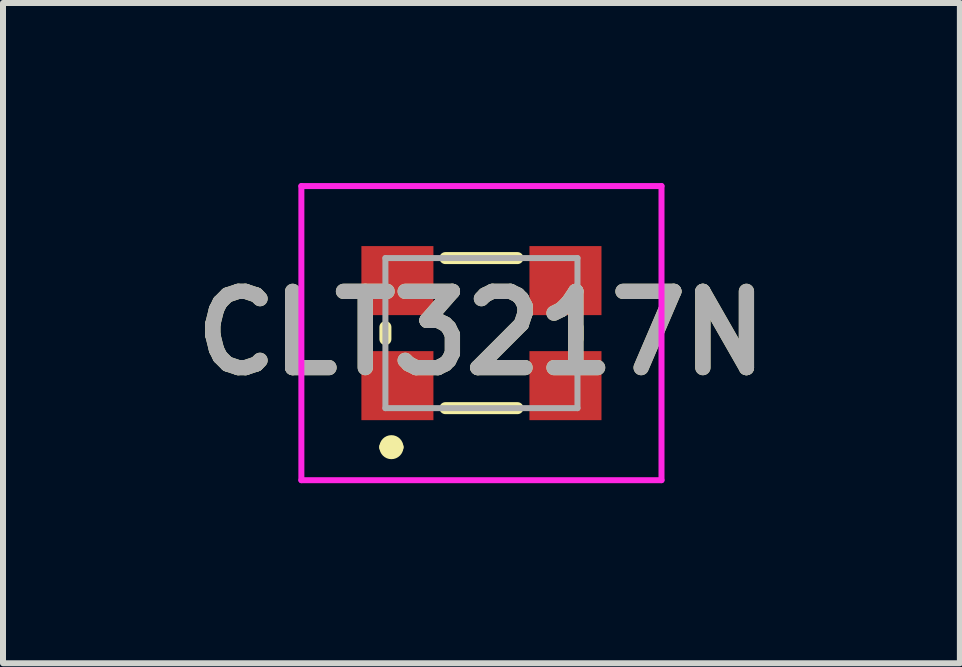
<source format=kicad_pcb>
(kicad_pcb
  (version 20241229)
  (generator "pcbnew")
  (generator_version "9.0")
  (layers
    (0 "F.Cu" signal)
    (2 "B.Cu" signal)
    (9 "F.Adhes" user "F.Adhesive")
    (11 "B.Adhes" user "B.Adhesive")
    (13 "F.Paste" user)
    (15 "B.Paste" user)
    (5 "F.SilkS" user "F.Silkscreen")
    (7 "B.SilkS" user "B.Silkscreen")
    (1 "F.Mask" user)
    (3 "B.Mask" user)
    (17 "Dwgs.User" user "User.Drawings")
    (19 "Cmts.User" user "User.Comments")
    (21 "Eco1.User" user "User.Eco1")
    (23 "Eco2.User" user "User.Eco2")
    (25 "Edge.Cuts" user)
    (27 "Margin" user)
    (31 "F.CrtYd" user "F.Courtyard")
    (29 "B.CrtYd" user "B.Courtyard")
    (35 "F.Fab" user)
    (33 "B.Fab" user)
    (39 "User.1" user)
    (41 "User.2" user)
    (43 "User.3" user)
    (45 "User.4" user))
  (footprint "CLT3217N"
    (layer "F.Cu")
    (at 4.971 2.5)
    (property "Reference" "CLT3217N" (at 0 0 0) (layer "F.SilkS") (effects (font (size 1.27 1.27) (thickness 0.254))))
    (attr smd)
    (fp_line (start -1.6 -0.1) (end -1.6 0.1) (stroke (width 0.2) (type solid)) (layer "F.SilkS"))
    (fp_line (start -1.6 1.9) (end -1.6 1.9) (stroke (width 0.2) (type solid)) (layer "F.SilkS"))
    (fp_line (start -1.4 1.9) (end -1.4 1.9) (stroke (width 0.2) (type solid)) (layer "F.SilkS"))
    (fp_line (start -0.6 -1.25) (end 0.6 -1.25) (stroke (width 0.2) (type solid)) (layer "F.SilkS"))
    (fp_line (start -0.6 1.25) (end 0.6 1.25) (stroke (width 0.2) (type solid)) (layer "F.SilkS"))
    (fp_line (start 1.6 -0.1) (end 1.6 0.1) (stroke (width 0.2) (type solid)) (layer "F.SilkS"))
    (fp_arc (start -1.6 1.9) (mid -1.5 1.8) (end -1.4 1.9) (stroke (width 0.2) (type solid)) (layer "F.SilkS"))
    (fp_arc (start -1.4 1.9) (mid -1.5 2) (end -1.6 1.9) (stroke (width 0.2) (type solid)) (layer "F.SilkS"))
    (fp_line (start -3 -2.45) (end 3 -2.45) (stroke (width 0.1) (type solid)) (layer "F.CrtYd"))
    (fp_line (start -3 2.45) (end -3 -2.45) (stroke (width 0.1) (type solid)) (layer "F.CrtYd"))
    (fp_line (start 3 -2.45) (end 3 2.45) (stroke (width 0.1) (type solid)) (layer "F.CrtYd"))
    (fp_line (start 3 2.45) (end -3 2.45) (stroke (width 0.1) (type solid)) (layer "F.CrtYd"))
    (fp_line (start -1.6 -1.25) (end 1.6 -1.25) (stroke (width 0.1) (type solid)) (layer "F.Fab"))
    (fp_line (start -1.6 1.25) (end -1.6 -1.25) (stroke (width 0.1) (type solid)) (layer "F.Fab"))
    (fp_line (start 1.6 -1.25) (end 1.6 1.25) (stroke (width 0.1) (type solid)) (layer "F.Fab"))
    (fp_line (start 1.6 1.25) (end -1.6 1.25) (stroke (width 0.1) (type solid)) (layer "F.Fab"))
    (fp_text user "${REFERENCE}" (at 0 0 0) (layer "F.Fab") (effects (font (size 1.27 1.27) (thickness 0.254))))
    (pad "1" smd rect (at -1.4 0.875 90) (size 1.15 1.2) (layers "F.Cu" "F.Mask" "F.Paste"))
    (pad "2" smd rect (at -1.4 -0.875 90) (size 1.15 1.2) (layers "F.Cu" "F.Mask" "F.Paste"))
    (pad "3" smd rect (at 1.4 0.875 90) (size 1.15 1.2) (layers "F.Cu" "F.Mask" "F.Paste"))
    (pad "4" smd rect (at 1.4 -0.875 90) (size 1.15 1.2) (layers "F.Cu" "F.Mask" "F.Paste")))
  (gr_rect
    (start -3 -3)
    (end 12.942 8)
    (stroke (width 0.1) (type default))
    (fill no)
    (layer "Edge.Cuts")))
</source>
